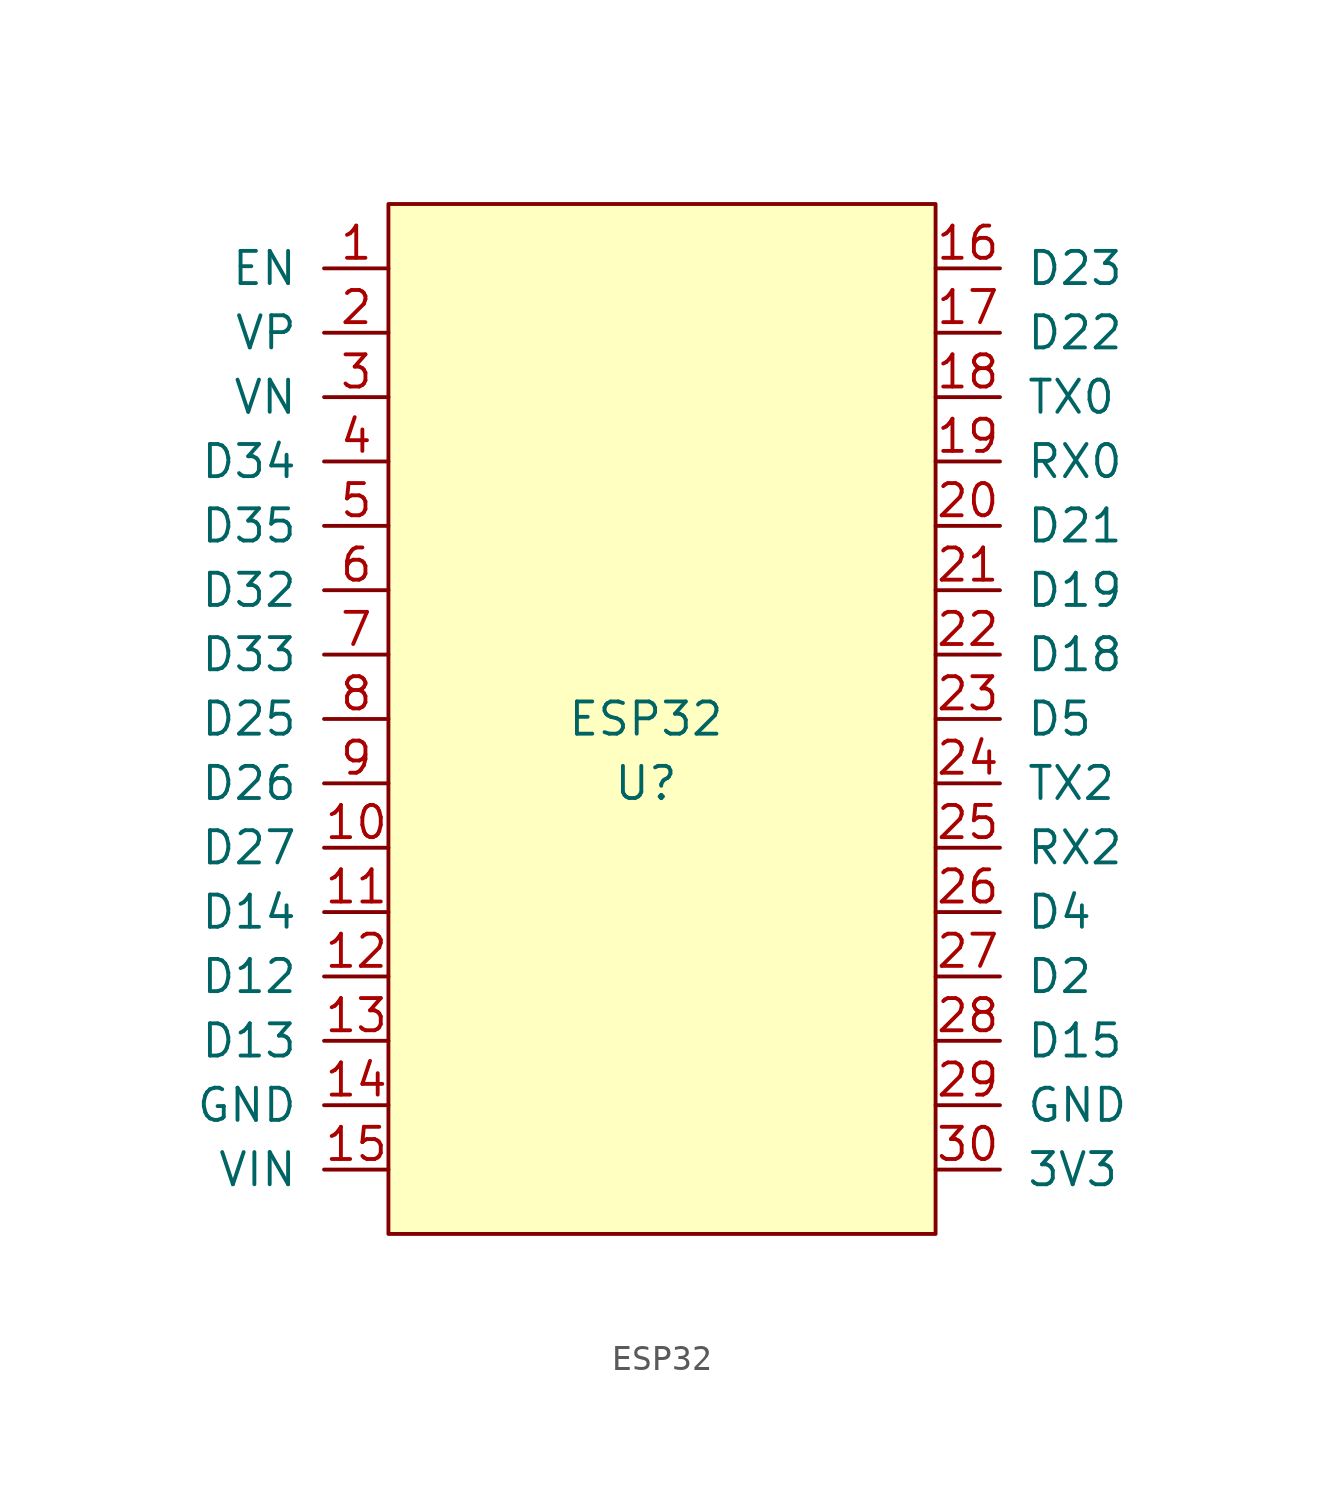
<source format=kicad_sym>
(kicad_symbol_lib
  (version 20211014)
  (generator kicad_symbol_editor)
  (symbol "ESP32"
    (pin_names
      (offset 1.016))
    (property "Reference" "U"
      (at 0 -2.54 0)
      (effects (font (size 1.27 1.27))))
    (property "Value" "ESP32"
      (at 0 0 0)
      (effects (font (size 1.27 1.27))))
    (symbol "ESP32_0_1"
      (rectangle (start -10.16 20.32) (end 11.43 -20.32) (stroke (width 0) (type default) (color 0 0 0 0)) (fill (type background))))
    (symbol "ESP32_1_1"
      (pin input line (at -10.16 17.78 180) (length 2.54) (name "EN" (effects (font (size 1.27 1.27)))) (number "1" (effects (font (size 1.27 1.27)))))
      (pin bidirectional line (at -10.16 -5.08 180) (length 2.54) (name "D27" (effects (font (size 1.27 1.27)))) (number "10" (effects (font (size 1.27 1.27)))))
      (pin bidirectional line (at -10.16 -7.62 180) (length 2.54) (name "D14" (effects (font (size 1.27 1.27)))) (number "11" (effects (font (size 1.27 1.27)))))
      (pin bidirectional line (at -10.16 -10.16 180) (length 2.54) (name "D12" (effects (font (size 1.27 1.27)))) (number "12" (effects (font (size 1.27 1.27)))))
      (pin bidirectional line (at -10.16 -12.7 180) (length 2.54) (name "D13" (effects (font (size 1.27 1.27)))) (number "13" (effects (font (size 1.27 1.27)))))
      (pin passive line (at -10.16 -15.24 180) (length 2.54) (name "GND" (effects (font (size 1.27 1.27)))) (number "14" (effects (font (size 1.27 1.27)))))
      (pin input line (at -10.16 -17.78 180) (length 2.54) (name "VIN" (effects (font (size 1.27 1.27)))) (number "15" (effects (font (size 1.27 1.27)))))
      (pin bidirectional line (at 11.43 17.78 0) (length 2.54) (name "D23" (effects (font (size 1.27 1.27)))) (number "16" (effects (font (size 1.27 1.27)))))
      (pin bidirectional line (at 11.43 15.24 0) (length 2.54) (name "D22" (effects (font (size 1.27 1.27)))) (number "17" (effects (font (size 1.27 1.27)))))
      (pin bidirectional line (at 11.43 12.7 0) (length 2.54) (name "TX0" (effects (font (size 1.27 1.27)))) (number "18" (effects (font (size 1.27 1.27)))))
      (pin bidirectional line (at 11.43 10.16 0) (length 2.54) (name "RX0" (effects (font (size 1.27 1.27)))) (number "19" (effects (font (size 1.27 1.27)))))
      (pin input line (at -10.16 15.24 180) (length 2.54) (name "VP" (effects (font (size 1.27 1.27)))) (number "2" (effects (font (size 1.27 1.27)))))
      (pin bidirectional line (at 11.43 7.62 0) (length 2.54) (name "D21" (effects (font (size 1.27 1.27)))) (number "20" (effects (font (size 1.27 1.27)))))
      (pin bidirectional line (at 11.43 5.08 0) (length 2.54) (name "D19" (effects (font (size 1.27 1.27)))) (number "21" (effects (font (size 1.27 1.27)))))
      (pin bidirectional line (at 11.43 2.54 0) (length 2.54) (name "D18" (effects (font (size 1.27 1.27)))) (number "22" (effects (font (size 1.27 1.27)))))
      (pin bidirectional line (at 11.43 0 0) (length 2.54) (name "D5" (effects (font (size 1.27 1.27)))) (number "23" (effects (font (size 1.27 1.27)))))
      (pin bidirectional line (at 11.43 -2.54 0) (length 2.54) (name "TX2" (effects (font (size 1.27 1.27)))) (number "24" (effects (font (size 1.27 1.27)))))
      (pin bidirectional line (at 11.43 -5.08 0) (length 2.54) (name "RX2" (effects (font (size 1.27 1.27)))) (number "25" (effects (font (size 1.27 1.27)))))
      (pin bidirectional line (at 11.43 -7.62 0) (length 2.54) (name "D4" (effects (font (size 1.27 1.27)))) (number "26" (effects (font (size 1.27 1.27)))))
      (pin bidirectional line (at 11.43 -10.16 0) (length 2.54) (name "D2" (effects (font (size 1.27 1.27)))) (number "27" (effects (font (size 1.27 1.27)))))
      (pin bidirectional line (at 11.43 -12.7 0) (length 2.54) (name "D15" (effects (font (size 1.27 1.27)))) (number "28" (effects (font (size 1.27 1.27)))))
      (pin bidirectional line (at 11.43 -15.24 0) (length 2.54) (name "GND" (effects (font (size 1.27 1.27)))) (number "29" (effects (font (size 1.27 1.27)))))
      (pin input line (at -10.16 12.7 180) (length 2.54) (name "VN" (effects (font (size 1.27 1.27)))) (number "3" (effects (font (size 1.27 1.27)))))
      (pin bidirectional line (at 11.43 -17.78 0) (length 2.54) (name "3V3" (effects (font (size 1.27 1.27)))) (number "30" (effects (font (size 1.27 1.27)))))
      (pin input line (at -10.16 10.16 180) (length 2.54) (name "D34" (effects (font (size 1.27 1.27)))) (number "4" (effects (font (size 1.27 1.27)))))
      (pin bidirectional line (at -10.16 7.62 180) (length 2.54) (name "D35" (effects (font (size 1.27 1.27)))) (number "5" (effects (font (size 1.27 1.27)))))
      (pin bidirectional line (at -10.16 5.08 180) (length 2.54) (name "D32" (effects (font (size 1.27 1.27)))) (number "6" (effects (font (size 1.27 1.27)))))
      (pin bidirectional line (at -10.16 2.54 180) (length 2.54) (name "D33" (effects (font (size 1.27 1.27)))) (number "7" (effects (font (size 1.27 1.27)))))
      (pin bidirectional line (at -10.16 0 180) (length 2.54) (name "D25" (effects (font (size 1.27 1.27)))) (number "8" (effects (font (size 1.27 1.27)))))
      (pin bidirectional line (at -10.16 -2.54 180) (length 2.54) (name "D26" (effects (font (size 1.27 1.27)))) (number "9" (effects (font (size 1.27 1.27))))))))
</source>
